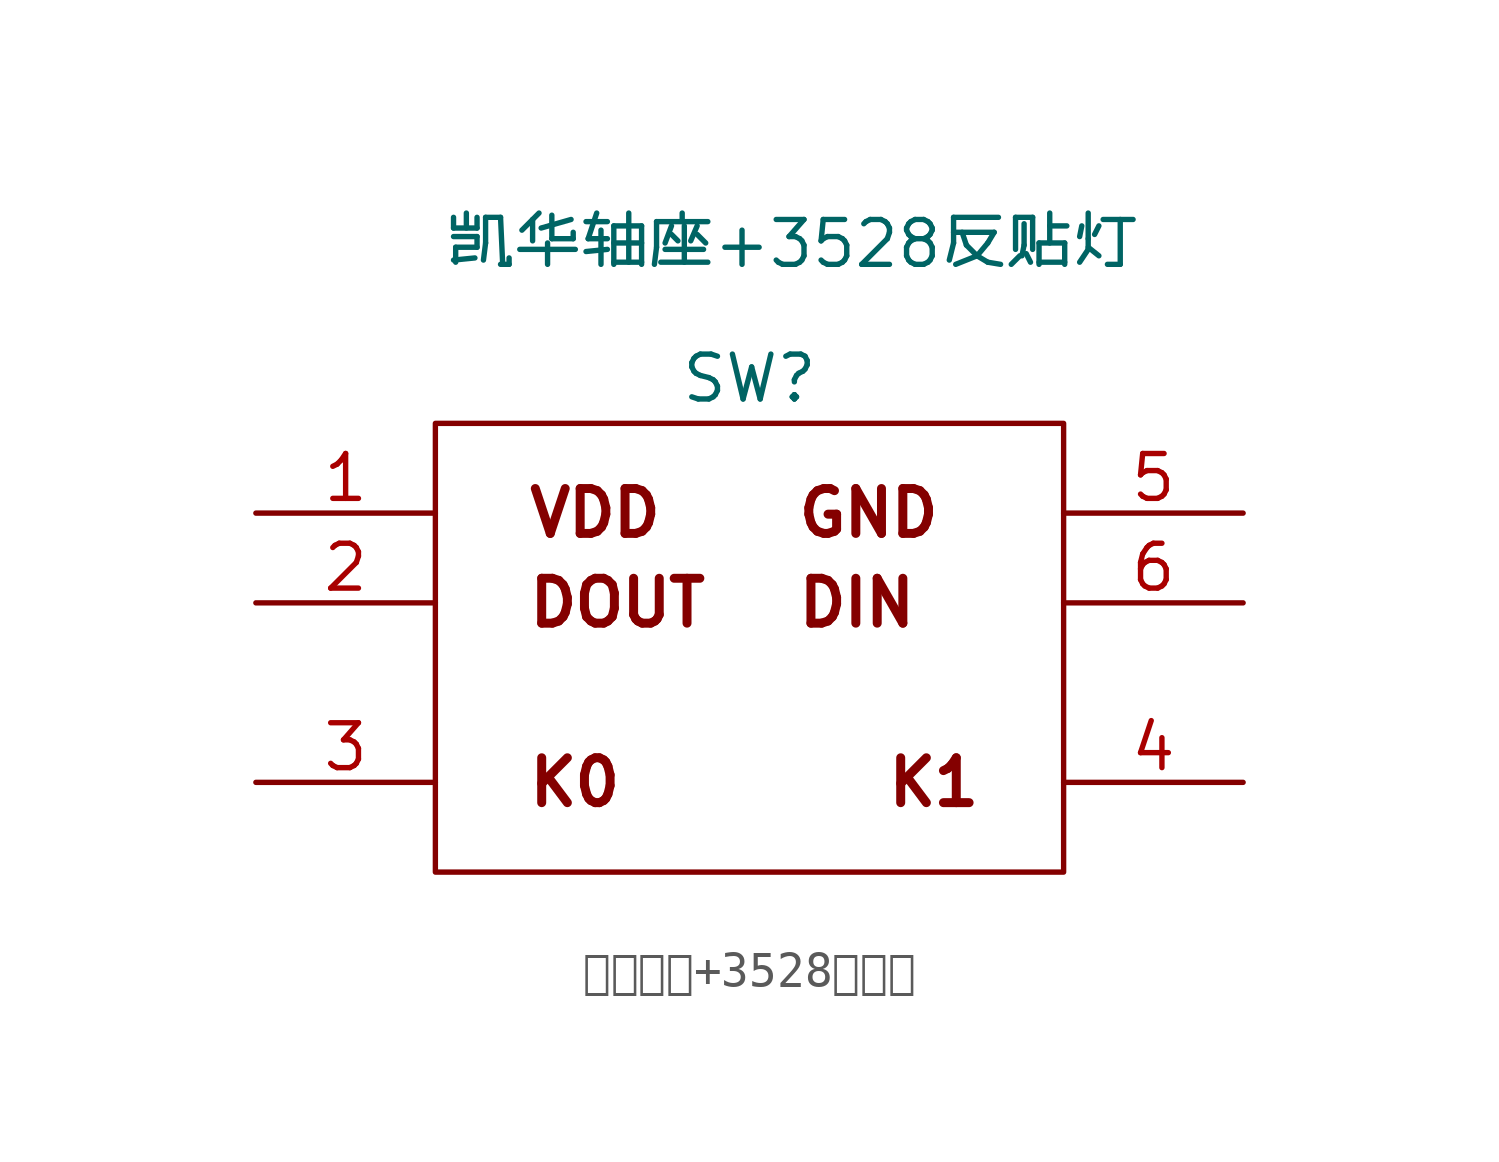
<source format=kicad_sym>
(kicad_symbol_lib
  (version 20211014)
  (generator kicad_symbol_editor)
  (symbol "凯华轴座+3528反贴灯"
    (pin_names
      (offset 1.016) hide)
    (property "Reference" "SW"
      (at 0 7.62 0)
      (effects (font (size 1.27 1.27))))
    (property "Value" "凯华轴座+3528反贴灯"
      (at 1.27 11.43 0)
      (effects (font (size 1.27 1.27))))
    (symbol "凯华轴座+3528反贴灯_1_1"
      (rectangle (start -8.89 6.35) (end 8.89 -6.35) (stroke (width 0.152) (type default) (color 0 0 0 0)) (fill (type none)))
      (text "DIN" (at 1.27 1.27 0) (effects (font (size 1.27 1.27) bold) (justify left)))
      (text "DOUT" (at -6.35 1.27 0) (effects (font (size 1.27 1.27) bold) (justify left)))
      (text "GND" (at 1.27 3.81 0) (effects (font (size 1.27 1.27) bold) (justify left)))
      (text "K0" (at -6.35 -3.81 0) (effects (font (size 1.27 1.27) bold) (justify left)))
      (text "K1" (at 3.81 -3.81 0) (effects (font (size 1.27 1.27) bold) (justify left)))
      (text "VDD" (at -6.35 3.81 0) (effects (font (size 1.27 1.27) bold) (justify left)))
      (pin input line (at -13.97 3.81 0) (length 5.08) (name "1" (effects (font (size 1.27 1.27)))) (number "1" (effects (font (size 1.27 1.27)))))
      (pin output line (at -13.97 1.27 0) (length 5.08) (name "2" (effects (font (size 1.27 1.27)))) (number "2" (effects (font (size 1.27 1.27)))))
      (pin input line (at -13.97 -3.81 0) (length 5.08) (name "3" (effects (font (size 1.27 1.27)))) (number "3" (effects (font (size 1.27 1.27)))))
      (pin input line (at 13.97 -3.81 180) (length 5.08) (name "4" (effects (font (size 1.27 1.27)))) (number "4" (effects (font (size 1.27 1.27)))))
      (pin input line (at 13.97 3.81 180) (length 5.08) (name "5" (effects (font (size 1.27 1.27)))) (number "5" (effects (font (size 1.27 1.27)))))
      (pin input line (at 13.97 1.27 180) (length 5.08) (name "6" (effects (font (size 1.27 1.27)))) (number "6" (effects (font (size 1.27 1.27))))))))
</source>
